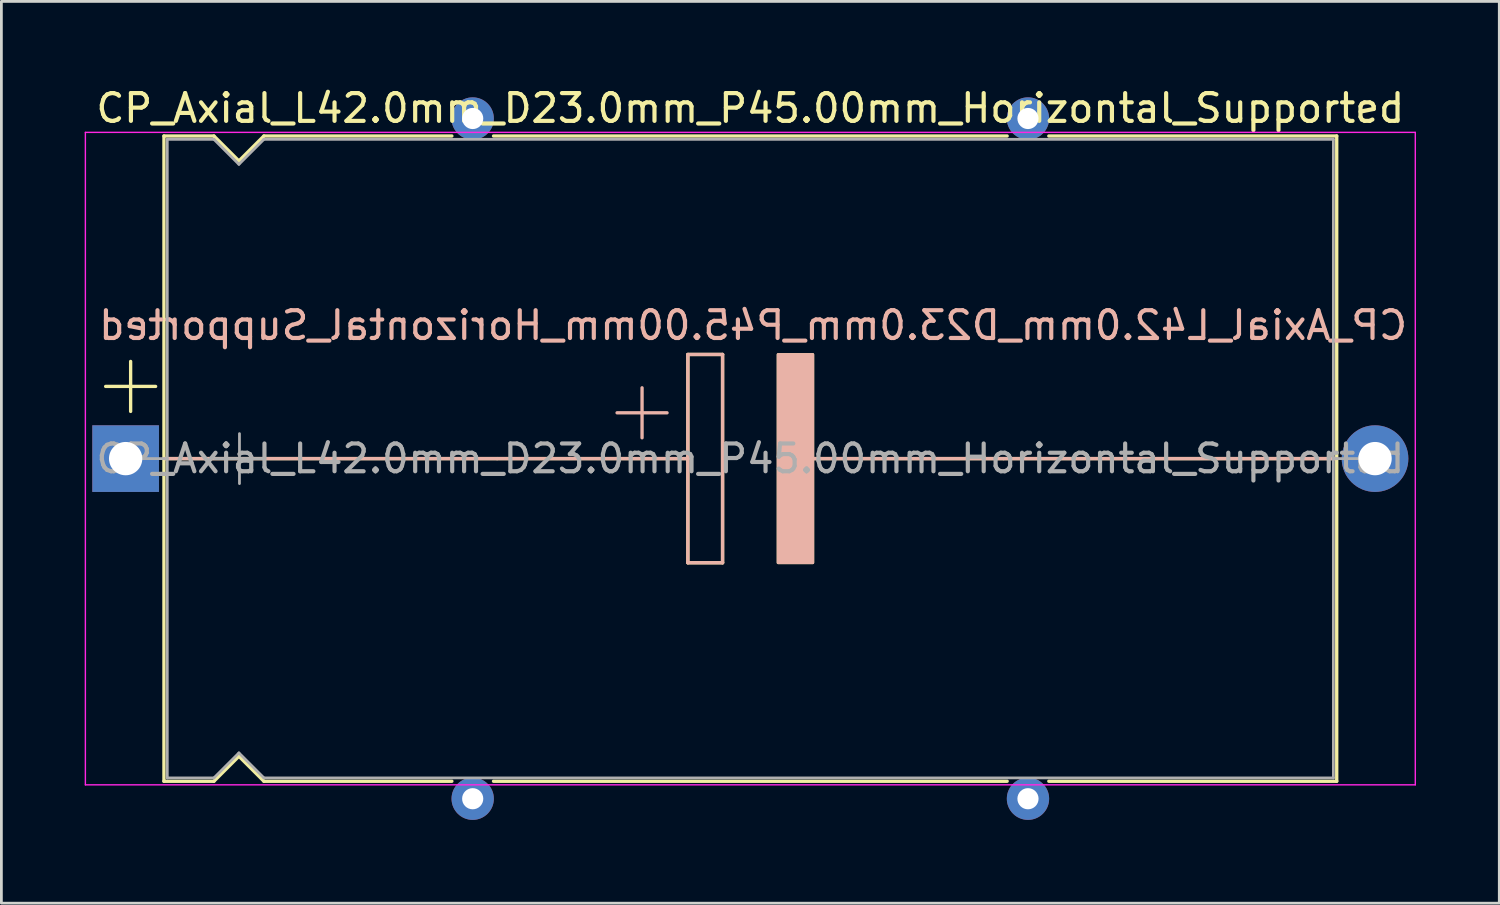
<source format=kicad_pcb>
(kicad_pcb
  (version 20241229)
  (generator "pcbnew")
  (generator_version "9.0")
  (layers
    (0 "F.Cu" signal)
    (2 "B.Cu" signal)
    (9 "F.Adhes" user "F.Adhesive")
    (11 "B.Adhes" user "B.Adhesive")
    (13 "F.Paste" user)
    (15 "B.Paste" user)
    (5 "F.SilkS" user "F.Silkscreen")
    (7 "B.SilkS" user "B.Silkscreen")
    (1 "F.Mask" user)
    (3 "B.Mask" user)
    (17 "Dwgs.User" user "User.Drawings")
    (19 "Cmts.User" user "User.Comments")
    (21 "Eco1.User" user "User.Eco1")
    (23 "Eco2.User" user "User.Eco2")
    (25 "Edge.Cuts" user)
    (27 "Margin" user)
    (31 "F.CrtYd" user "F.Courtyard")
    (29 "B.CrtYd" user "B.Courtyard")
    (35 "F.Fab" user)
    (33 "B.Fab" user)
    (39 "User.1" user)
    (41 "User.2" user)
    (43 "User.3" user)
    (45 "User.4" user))
  (footprint "CP_Axial_L42.0mm_D23.0mm_P45.00mm_Horizontal_Supported"
    (layer "F.Cu")
    (at 1.475 13.468)
    (property "Reference" "CP_Axial_L42.0mm_D23.0mm_P45.00mm_Horizontal_Supported" (at 22.5 -12.62 0) (layer "F.SilkS") (effects (font (size 1 1) (thickness 0.15))))
    (fp_line (start -0.72 -2.6) (end 1.08 -2.6) (stroke (width 0.12) (type solid)) (layer "F.SilkS"))
    (fp_line (start 0.18 -3.5) (end 0.18 -1.7) (stroke (width 0.12) (type solid)) (layer "F.SilkS"))
    (fp_line (start 1.38 -11.62) (end 1.38 11.62) (stroke (width 0.12) (type solid)) (layer "F.SilkS"))
    (fp_line (start 1.38 -11.62) (end 3.18 -11.62) (stroke (width 0.12) (type solid)) (layer "F.SilkS"))
    (fp_line (start 1.38 11.62) (end 3.18 11.62) (stroke (width 0.12) (type solid)) (layer "F.SilkS"))
    (fp_line (start 1.397 0) (end 20.25 0) (stroke (width 0.12) (type solid)) (layer "F.SilkS"))
    (fp_line (start 3.18 -11.62) (end 4.08 -10.72) (stroke (width 0.12) (type solid)) (layer "F.SilkS"))
    (fp_line (start 3.18 11.62) (end 4.08 10.72) (stroke (width 0.12) (type solid)) (layer "F.SilkS"))
    (fp_line (start 4.08 -10.72) (end 4.98 -11.62) (stroke (width 0.12) (type solid)) (layer "F.SilkS"))
    (fp_line (start 4.08 10.72) (end 4.98 11.62) (stroke (width 0.12) (type solid)) (layer "F.SilkS"))
    (fp_line (start 4.98 -11.62) (end 11.75 -11.62) (stroke (width 0.12) (type solid)) (layer "F.SilkS"))
    (fp_line (start 4.98 11.62) (end 11.75 11.62) (stroke (width 0.12) (type solid)) (layer "F.SilkS"))
    (fp_line (start 13.25 -11.62) (end 31.75 -11.62) (stroke (width 0.12) (type solid)) (layer "F.SilkS"))
    (fp_line (start 13.25 11.62) (end 31.75 11.62) (stroke (width 0.12) (type solid)) (layer "F.SilkS"))
    (fp_line (start 20.25 -3.75) (end 21.5 -3.75) (stroke (width 0.12) (type solid)) (layer "F.SilkS"))
    (fp_line (start 20.25 0) (end 20.25 -3.75) (stroke (width 0.12) (type solid)) (layer "F.SilkS"))
    (fp_line (start 20.25 3.75) (end 20.25 0) (stroke (width 0.12) (type solid)) (layer "F.SilkS"))
    (fp_line (start 21.5 -3.75) (end 21.5 3.75) (stroke (width 0.12) (type solid)) (layer "F.SilkS"))
    (fp_line (start 21.5 3.75) (end 20.25 3.75) (stroke (width 0.12) (type solid)) (layer "F.SilkS"))
    (fp_line (start 24.75 0) (end 43.561 0) (stroke (width 0.12) (type solid)) (layer "F.SilkS"))
    (fp_line (start 33.25 -11.62) (end 43.62 -11.62) (stroke (width 0.12) (type solid)) (layer "F.SilkS"))
    (fp_line (start 33.25 11.62) (end 43.62 11.62) (stroke (width 0.12) (type solid)) (layer "F.SilkS"))
    (fp_line (start 43.62 -11.62) (end 43.62 11.62) (stroke (width 0.12) (type solid)) (layer "F.SilkS"))
    (fp_poly (pts (xy 24.75 3.75) (xy 23.5 3.75) (xy 23.5 -3.75) (xy 24.75 -3.75)) (stroke (width 0.1) (type solid)) (fill yes) (layer "F.SilkS"))
    (fp_line (start 1.4 0) (end 13.38 0) (stroke (width 0.12) (type solid)) (layer "B.SilkS"))
    (fp_line (start 13.38 0) (end 20.25 0) (stroke (width 0.12) (type solid)) (layer "B.SilkS"))
    (fp_line (start 18.6 -2.55) (end 18.6 -0.75) (stroke (width 0.12) (type solid)) (layer "B.SilkS"))
    (fp_line (start 19.5 -1.65) (end 17.7 -1.65) (stroke (width 0.12) (type solid)) (layer "B.SilkS"))
    (fp_line (start 20.25 -3.75) (end 21.5 -3.75) (stroke (width 0.12) (type solid)) (layer "B.SilkS"))
    (fp_line (start 20.25 0) (end 20.25 -3.75) (stroke (width 0.12) (type solid)) (layer "B.SilkS"))
    (fp_line (start 20.25 3.75) (end 20.25 0) (stroke (width 0.12) (type solid)) (layer "B.SilkS"))
    (fp_line (start 21.5 -3.75) (end 21.5 3.75) (stroke (width 0.12) (type solid)) (layer "B.SilkS"))
    (fp_line (start 21.5 3.75) (end 20.25 3.75) (stroke (width 0.12) (type solid)) (layer "B.SilkS"))
    (fp_line (start 24.75 0) (end 31.62 0) (stroke (width 0.12) (type solid)) (layer "B.SilkS"))
    (fp_line (start 43.6 0) (end 31.62 0) (stroke (width 0.12) (type solid)) (layer "B.SilkS"))
    (fp_poly (pts (xy 24.75 3.75) (xy 23.5 3.75) (xy 23.5 -3.75) (xy 24.75 -3.75)) (stroke (width 0.1) (type solid)) (fill yes) (layer "B.SilkS"))
    (fp_line (start -1.45 -11.75) (end -1.45 11.75) (stroke (width 0.05) (type solid)) (layer "F.CrtYd"))
    (fp_line (start -1.45 11.75) (end 46.45 11.75) (stroke (width 0.05) (type solid)) (layer "F.CrtYd"))
    (fp_line (start 46.45 -11.75) (end -1.45 -11.75) (stroke (width 0.05) (type solid)) (layer "F.CrtYd"))
    (fp_line (start 46.45 11.75) (end 46.45 -11.75) (stroke (width 0.05) (type solid)) (layer "F.CrtYd"))
    (fp_line (start 0 0) (end 1.5 0) (stroke (width 0.1) (type solid)) (layer "F.Fab"))
    (fp_line (start 1.5 -11.5) (end 1.5 11.5) (stroke (width 0.1) (type solid)) (layer "F.Fab"))
    (fp_line (start 1.5 -11.5) (end 3.18 -11.5) (stroke (width 0.1) (type solid)) (layer "F.Fab"))
    (fp_line (start 1.5 11.5) (end 3.18 11.5) (stroke (width 0.1) (type solid)) (layer "F.Fab"))
    (fp_line (start 3.18 -11.5) (end 4.08 -10.6) (stroke (width 0.1) (type solid)) (layer "F.Fab"))
    (fp_line (start 3.18 11.5) (end 4.08 10.6) (stroke (width 0.1) (type solid)) (layer "F.Fab"))
    (fp_line (start 3.2 0) (end 5 0) (stroke (width 0.1) (type solid)) (layer "F.Fab"))
    (fp_line (start 4.08 -10.6) (end 4.98 -11.5) (stroke (width 0.1) (type solid)) (layer "F.Fab"))
    (fp_line (start 4.08 10.6) (end 4.98 11.5) (stroke (width 0.1) (type solid)) (layer "F.Fab"))
    (fp_line (start 4.1 -0.9) (end 4.1 0.9) (stroke (width 0.1) (type solid)) (layer "F.Fab"))
    (fp_line (start 4.98 -11.5) (end 43.5 -11.5) (stroke (width 0.1) (type solid)) (layer "F.Fab"))
    (fp_line (start 4.98 11.5) (end 43.5 11.5) (stroke (width 0.1) (type solid)) (layer "F.Fab"))
    (fp_line (start 43.5 -11.5) (end 43.5 11.5) (stroke (width 0.1) (type solid)) (layer "F.Fab"))
    (fp_line (start 45 0) (end 43.5 0) (stroke (width 0.1) (type solid)) (layer "F.Fab"))
    (fp_text user "${REFERENCE}" (at 22.6 -4.8 0) (layer "B.SilkS") (effects (font (size 1 1) (thickness 0.15)) (justify mirror)))
    (fp_text user "${REFERENCE}" (at 22.5 0 0) (layer "F.Fab") (effects (font (size 1 1) (thickness 0.15))))
    (pad "" thru_hole circle (at 12.5 -12.25) (size 1.524 1.524) (drill 0.762) (layers "*.Cu" "*.Mask"))
    (pad "" thru_hole circle (at 12.5 12.25) (size 1.524 1.524) (drill 0.762) (layers "*.Cu" "*.Mask"))
    (pad "" thru_hole circle (at 32.5 -12.25) (size 1.524 1.524) (drill 0.762) (layers "*.Cu" "*.Mask"))
    (pad "" thru_hole circle (at 32.5 12.25) (size 1.524 1.524) (drill 0.762) (layers "*.Cu" "*.Mask"))
    (pad "1" thru_hole rect (at 0 0) (size 2.4 2.4) (drill 1.2) (layers "*.Cu" "*.Mask"))
    (pad "2" thru_hole oval (at 45 0) (size 2.4 2.4) (drill 1.2) (layers "*.Cu" "*.Mask")))
  (gr_rect
    (start -3 -3)
    (end 50.95 29.48)
    (stroke (width 0.1) (type default))
    (fill no)
    (layer "Edge.Cuts")))
</source>
